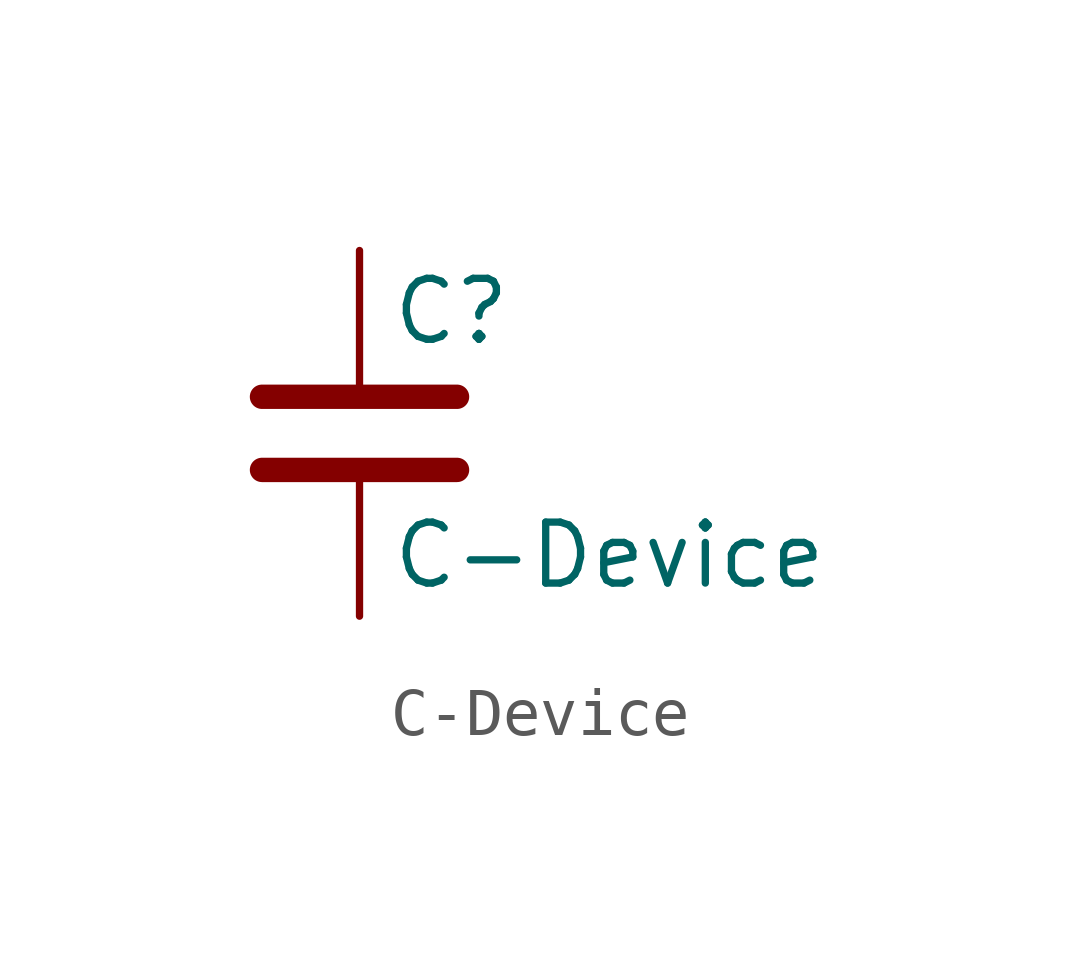
<source format=kicad_sym>
(kicad_symbol_lib
  (version 20230620)
  (generator kicad_symbol_editor)
  (symbol "C-Device"
    (pin_numbers hide)
    (pin_names
      (offset 0.254))
    (property "Reference" "C"
      (at 0.635 2.54 0)
      (effects (font (size 1.27 1.27)) (justify left)))
    (property "Value" "C-Device"
      (at 0.635 -2.54 0)
      (effects (font (size 1.27 1.27)) (justify left)))
    (symbol "C-Device_0_1"
      (polyline (pts (xy -2.032 -0.762) (xy 2.032 -0.762)) (stroke (width 0.508) (type default)) (fill (type none)))
      (polyline (pts (xy -2.032 0.762) (xy 2.032 0.762)) (stroke (width 0.508) (type default)) (fill (type none))))
    (symbol "C-Device_1_1"
      (pin passive line (at 0 3.81 270) (length 2.794) (name "~" (effects (font (size 1.27 1.27)))) (number "1" (effects (font (size 1.27 1.27)))))
      (pin passive line (at 0 -3.81 90) (length 2.794) (name "~" (effects (font (size 1.27 1.27)))) (number "2" (effects (font (size 1.27 1.27))))))))
</source>
